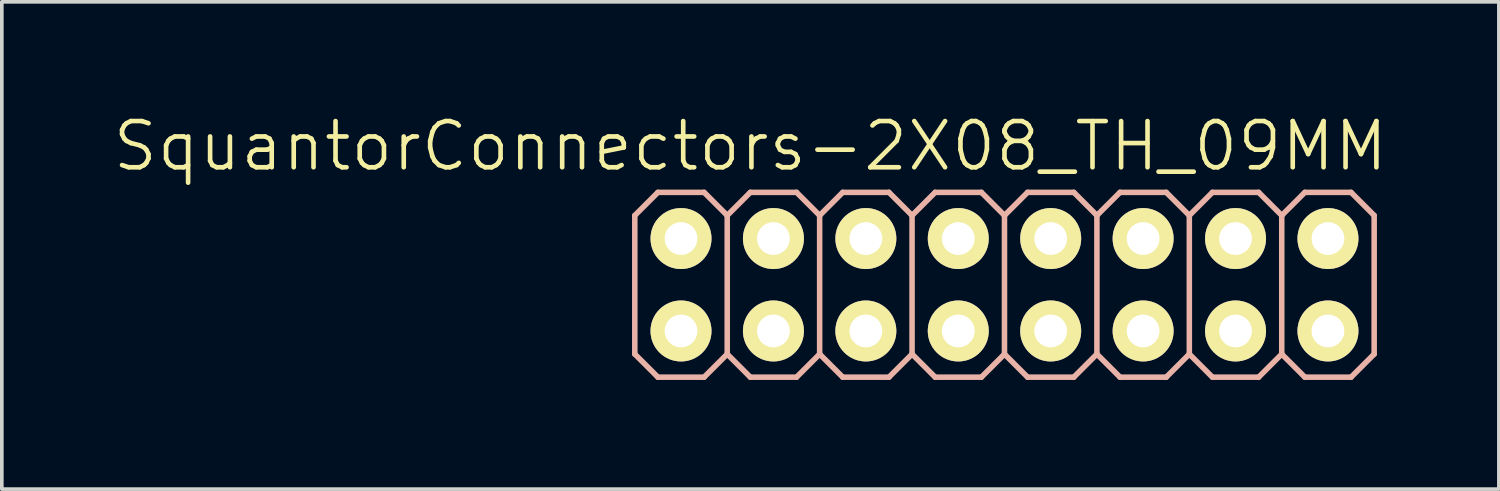
<source format=kicad_pcb>
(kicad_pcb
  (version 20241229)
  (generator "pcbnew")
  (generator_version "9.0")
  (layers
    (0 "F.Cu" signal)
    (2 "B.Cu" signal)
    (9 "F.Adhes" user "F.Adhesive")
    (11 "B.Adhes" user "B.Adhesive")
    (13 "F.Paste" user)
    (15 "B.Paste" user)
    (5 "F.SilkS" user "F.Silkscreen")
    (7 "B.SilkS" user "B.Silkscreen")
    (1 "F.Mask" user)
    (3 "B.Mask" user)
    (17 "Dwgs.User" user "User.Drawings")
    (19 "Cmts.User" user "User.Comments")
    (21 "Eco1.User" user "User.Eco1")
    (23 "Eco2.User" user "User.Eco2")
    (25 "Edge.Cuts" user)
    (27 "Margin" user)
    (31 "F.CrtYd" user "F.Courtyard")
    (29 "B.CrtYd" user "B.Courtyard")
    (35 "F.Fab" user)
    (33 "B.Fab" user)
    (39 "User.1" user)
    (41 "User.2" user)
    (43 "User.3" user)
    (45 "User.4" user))
  (footprint "SquantorConnectors-2X08_TH_09MM"
    (layer "F.Cu")
    (at 24.556 4.776)
    (property "Reference" "SquantorConnectors-2X08_TH_09MM" (at -6.985 -3.81 0) (layer "F.SilkS") (effects (font (size 1.27 1.27) (thickness 0.127))))
    (attr exclude_from_pos_files exclude_from_bom)
    (fp_line (start -9.144 -1.524) (end -8.636 -1.524) (stroke (width 0.066) (type solid)) (layer "F.SilkS"))
    (fp_line (start -9.144 -1.016) (end -9.144 -1.524) (stroke (width 0.066) (type solid)) (layer "F.SilkS"))
    (fp_line (start -9.144 -1.016) (end -8.636 -1.016) (stroke (width 0.066) (type solid)) (layer "F.SilkS"))
    (fp_line (start -9.144 1.016) (end -8.636 1.016) (stroke (width 0.066) (type solid)) (layer "F.SilkS"))
    (fp_line (start -9.144 1.524) (end -9.144 1.016) (stroke (width 0.066) (type solid)) (layer "F.SilkS"))
    (fp_line (start -9.144 1.524) (end -8.636 1.524) (stroke (width 0.066) (type solid)) (layer "F.SilkS"))
    (fp_line (start -8.636 -1.016) (end -8.636 -1.524) (stroke (width 0.066) (type solid)) (layer "F.SilkS"))
    (fp_line (start -8.636 1.524) (end -8.636 1.016) (stroke (width 0.066) (type solid)) (layer "F.SilkS"))
    (fp_line (start -6.604 -1.524) (end -6.096 -1.524) (stroke (width 0.066) (type solid)) (layer "F.SilkS"))
    (fp_line (start -6.604 -1.016) (end -6.604 -1.524) (stroke (width 0.066) (type solid)) (layer "F.SilkS"))
    (fp_line (start -6.604 -1.016) (end -6.096 -1.016) (stroke (width 0.066) (type solid)) (layer "F.SilkS"))
    (fp_line (start -6.604 1.016) (end -6.096 1.016) (stroke (width 0.066) (type solid)) (layer "F.SilkS"))
    (fp_line (start -6.604 1.524) (end -6.604 1.016) (stroke (width 0.066) (type solid)) (layer "F.SilkS"))
    (fp_line (start -6.604 1.524) (end -6.096 1.524) (stroke (width 0.066) (type solid)) (layer "F.SilkS"))
    (fp_line (start -6.096 -1.016) (end -6.096 -1.524) (stroke (width 0.066) (type solid)) (layer "F.SilkS"))
    (fp_line (start -6.096 1.524) (end -6.096 1.016) (stroke (width 0.066) (type solid)) (layer "F.SilkS"))
    (fp_line (start -4.064 -1.524) (end -3.556 -1.524) (stroke (width 0.066) (type solid)) (layer "F.SilkS"))
    (fp_line (start -4.064 -1.016) (end -4.064 -1.524) (stroke (width 0.066) (type solid)) (layer "F.SilkS"))
    (fp_line (start -4.064 -1.016) (end -3.556 -1.016) (stroke (width 0.066) (type solid)) (layer "F.SilkS"))
    (fp_line (start -4.064 1.016) (end -3.556 1.016) (stroke (width 0.066) (type solid)) (layer "F.SilkS"))
    (fp_line (start -4.064 1.524) (end -4.064 1.016) (stroke (width 0.066) (type solid)) (layer "F.SilkS"))
    (fp_line (start -4.064 1.524) (end -3.556 1.524) (stroke (width 0.066) (type solid)) (layer "F.SilkS"))
    (fp_line (start -3.556 -1.016) (end -3.556 -1.524) (stroke (width 0.066) (type solid)) (layer "F.SilkS"))
    (fp_line (start -3.556 1.524) (end -3.556 1.016) (stroke (width 0.066) (type solid)) (layer "F.SilkS"))
    (fp_line (start -1.524 -1.524) (end -1.016 -1.524) (stroke (width 0.066) (type solid)) (layer "F.SilkS"))
    (fp_line (start -1.524 -1.016) (end -1.524 -1.524) (stroke (width 0.066) (type solid)) (layer "F.SilkS"))
    (fp_line (start -1.524 -1.016) (end -1.016 -1.016) (stroke (width 0.066) (type solid)) (layer "F.SilkS"))
    (fp_line (start -1.524 1.016) (end -1.016 1.016) (stroke (width 0.066) (type solid)) (layer "F.SilkS"))
    (fp_line (start -1.524 1.524) (end -1.524 1.016) (stroke (width 0.066) (type solid)) (layer "F.SilkS"))
    (fp_line (start -1.524 1.524) (end -1.016 1.524) (stroke (width 0.066) (type solid)) (layer "F.SilkS"))
    (fp_line (start -1.016 -1.016) (end -1.016 -1.524) (stroke (width 0.066) (type solid)) (layer "F.SilkS"))
    (fp_line (start -1.016 1.524) (end -1.016 1.016) (stroke (width 0.066) (type solid)) (layer "F.SilkS"))
    (fp_line (start 1.016 -1.524) (end 1.524 -1.524) (stroke (width 0.066) (type solid)) (layer "F.SilkS"))
    (fp_line (start 1.016 -1.016) (end 1.016 -1.524) (stroke (width 0.066) (type solid)) (layer "F.SilkS"))
    (fp_line (start 1.016 -1.016) (end 1.524 -1.016) (stroke (width 0.066) (type solid)) (layer "F.SilkS"))
    (fp_line (start 1.016 1.016) (end 1.524 1.016) (stroke (width 0.066) (type solid)) (layer "F.SilkS"))
    (fp_line (start 1.016 1.524) (end 1.016 1.016) (stroke (width 0.066) (type solid)) (layer "F.SilkS"))
    (fp_line (start 1.016 1.524) (end 1.524 1.524) (stroke (width 0.066) (type solid)) (layer "F.SilkS"))
    (fp_line (start 1.524 -1.016) (end 1.524 -1.524) (stroke (width 0.066) (type solid)) (layer "F.SilkS"))
    (fp_line (start 1.524 1.524) (end 1.524 1.016) (stroke (width 0.066) (type solid)) (layer "F.SilkS"))
    (fp_line (start 3.556 -1.524) (end 4.064 -1.524) (stroke (width 0.066) (type solid)) (layer "F.SilkS"))
    (fp_line (start 3.556 -1.016) (end 3.556 -1.524) (stroke (width 0.066) (type solid)) (layer "F.SilkS"))
    (fp_line (start 3.556 -1.016) (end 4.064 -1.016) (stroke (width 0.066) (type solid)) (layer "F.SilkS"))
    (fp_line (start 3.556 1.016) (end 4.064 1.016) (stroke (width 0.066) (type solid)) (layer "F.SilkS"))
    (fp_line (start 3.556 1.524) (end 3.556 1.016) (stroke (width 0.066) (type solid)) (layer "F.SilkS"))
    (fp_line (start 3.556 1.524) (end 4.064 1.524) (stroke (width 0.066) (type solid)) (layer "F.SilkS"))
    (fp_line (start 4.064 -1.016) (end 4.064 -1.524) (stroke (width 0.066) (type solid)) (layer "F.SilkS"))
    (fp_line (start 4.064 1.524) (end 4.064 1.016) (stroke (width 0.066) (type solid)) (layer "F.SilkS"))
    (fp_line (start 6.096 -1.524) (end 6.604 -1.524) (stroke (width 0.066) (type solid)) (layer "F.SilkS"))
    (fp_line (start 6.096 -1.016) (end 6.096 -1.524) (stroke (width 0.066) (type solid)) (layer "F.SilkS"))
    (fp_line (start 6.096 -1.016) (end 6.604 -1.016) (stroke (width 0.066) (type solid)) (layer "F.SilkS"))
    (fp_line (start 6.096 1.016) (end 6.604 1.016) (stroke (width 0.066) (type solid)) (layer "F.SilkS"))
    (fp_line (start 6.096 1.524) (end 6.096 1.016) (stroke (width 0.066) (type solid)) (layer "F.SilkS"))
    (fp_line (start 6.096 1.524) (end 6.604 1.524) (stroke (width 0.066) (type solid)) (layer "F.SilkS"))
    (fp_line (start 6.604 -1.016) (end 6.604 -1.524) (stroke (width 0.066) (type solid)) (layer "F.SilkS"))
    (fp_line (start 6.604 1.524) (end 6.604 1.016) (stroke (width 0.066) (type solid)) (layer "F.SilkS"))
    (fp_line (start 8.636 -1.524) (end 9.144 -1.524) (stroke (width 0.066) (type solid)) (layer "F.SilkS"))
    (fp_line (start 8.636 -1.016) (end 8.636 -1.524) (stroke (width 0.066) (type solid)) (layer "F.SilkS"))
    (fp_line (start 8.636 -1.016) (end 9.144 -1.016) (stroke (width 0.066) (type solid)) (layer "F.SilkS"))
    (fp_line (start 8.636 1.016) (end 9.144 1.016) (stroke (width 0.066) (type solid)) (layer "F.SilkS"))
    (fp_line (start 8.636 1.524) (end 8.636 1.016) (stroke (width 0.066) (type solid)) (layer "F.SilkS"))
    (fp_line (start 8.636 1.524) (end 9.144 1.524) (stroke (width 0.066) (type solid)) (layer "F.SilkS"))
    (fp_line (start 9.144 -1.016) (end 9.144 -1.524) (stroke (width 0.066) (type solid)) (layer "F.SilkS"))
    (fp_line (start 9.144 1.524) (end 9.144 1.016) (stroke (width 0.066) (type solid)) (layer "F.SilkS"))
    (fp_line (start -10.16 -1.905) (end -9.525 -2.54) (stroke (width 0.152) (type solid)) (layer "B.SilkS"))
    (fp_line (start -10.16 1.905) (end -10.16 -1.905) (stroke (width 0.152) (type solid)) (layer "B.SilkS"))
    (fp_line (start -10.16 1.905) (end -9.525 2.54) (stroke (width 0.152) (type solid)) (layer "B.SilkS"))
    (fp_line (start -9.525 -2.54) (end -8.255 -2.54) (stroke (width 0.152) (type solid)) (layer "B.SilkS"))
    (fp_line (start -9.525 2.54) (end -8.255 2.54) (stroke (width 0.152) (type solid)) (layer "B.SilkS"))
    (fp_line (start -8.255 -2.54) (end -7.62 -1.905) (stroke (width 0.152) (type solid)) (layer "B.SilkS"))
    (fp_line (start -8.255 2.54) (end -7.62 1.905) (stroke (width 0.152) (type solid)) (layer "B.SilkS"))
    (fp_line (start -7.62 -1.905) (end -7.62 1.905) (stroke (width 0.152) (type solid)) (layer "B.SilkS"))
    (fp_line (start -7.62 -1.905) (end -6.985 -2.54) (stroke (width 0.152) (type solid)) (layer "B.SilkS"))
    (fp_line (start -7.62 1.905) (end -6.985 2.54) (stroke (width 0.152) (type solid)) (layer "B.SilkS"))
    (fp_line (start -6.985 -2.54) (end -5.715 -2.54) (stroke (width 0.152) (type solid)) (layer "B.SilkS"))
    (fp_line (start -6.985 2.54) (end -5.715 2.54) (stroke (width 0.152) (type solid)) (layer "B.SilkS"))
    (fp_line (start -5.715 -2.54) (end -5.08 -1.905) (stroke (width 0.152) (type solid)) (layer "B.SilkS"))
    (fp_line (start -5.715 2.54) (end -5.08 1.905) (stroke (width 0.152) (type solid)) (layer "B.SilkS"))
    (fp_line (start -5.08 -1.905) (end -5.08 1.905) (stroke (width 0.152) (type solid)) (layer "B.SilkS"))
    (fp_line (start -5.08 -1.905) (end -4.445 -2.54) (stroke (width 0.152) (type solid)) (layer "B.SilkS"))
    (fp_line (start -5.08 1.905) (end -4.445 2.54) (stroke (width 0.152) (type solid)) (layer "B.SilkS"))
    (fp_line (start -4.445 -2.54) (end -3.175 -2.54) (stroke (width 0.152) (type solid)) (layer "B.SilkS"))
    (fp_line (start -4.445 2.54) (end -3.175 2.54) (stroke (width 0.152) (type solid)) (layer "B.SilkS"))
    (fp_line (start -3.175 -2.54) (end -2.54 -1.905) (stroke (width 0.152) (type solid)) (layer "B.SilkS"))
    (fp_line (start -3.175 2.54) (end -2.54 1.905) (stroke (width 0.152) (type solid)) (layer "B.SilkS"))
    (fp_line (start -2.54 -1.905) (end -2.54 1.905) (stroke (width 0.152) (type solid)) (layer "B.SilkS"))
    (fp_line (start -2.54 -1.905) (end -1.905 -2.54) (stroke (width 0.152) (type solid)) (layer "B.SilkS"))
    (fp_line (start -2.54 1.905) (end -1.905 2.54) (stroke (width 0.152) (type solid)) (layer "B.SilkS"))
    (fp_line (start -1.905 -2.54) (end -0.635 -2.54) (stroke (width 0.152) (type solid)) (layer "B.SilkS"))
    (fp_line (start -1.905 2.54) (end -0.635 2.54) (stroke (width 0.152) (type solid)) (layer "B.SilkS"))
    (fp_line (start -0.635 -2.54) (end 0 -1.905) (stroke (width 0.152) (type solid)) (layer "B.SilkS"))
    (fp_line (start -0.635 2.54) (end 0 1.905) (stroke (width 0.152) (type solid)) (layer "B.SilkS"))
    (fp_line (start 0 -1.905) (end 0 1.905) (stroke (width 0.152) (type solid)) (layer "B.SilkS"))
    (fp_line (start 0 -1.905) (end 0.635 -2.54) (stroke (width 0.152) (type solid)) (layer "B.SilkS"))
    (fp_line (start 0 1.905) (end 0.635 2.54) (stroke (width 0.152) (type solid)) (layer "B.SilkS"))
    (fp_line (start 0.635 -2.54) (end 1.905 -2.54) (stroke (width 0.152) (type solid)) (layer "B.SilkS"))
    (fp_line (start 0.635 2.54) (end 1.905 2.54) (stroke (width 0.152) (type solid)) (layer "B.SilkS"))
    (fp_line (start 1.905 -2.54) (end 2.54 -1.905) (stroke (width 0.152) (type solid)) (layer "B.SilkS"))
    (fp_line (start 1.905 2.54) (end 2.54 1.905) (stroke (width 0.152) (type solid)) (layer "B.SilkS"))
    (fp_line (start 2.54 -1.905) (end 2.54 1.905) (stroke (width 0.152) (type solid)) (layer "B.SilkS"))
    (fp_line (start 2.54 -1.905) (end 3.175 -2.54) (stroke (width 0.152) (type solid)) (layer "B.SilkS"))
    (fp_line (start 2.54 1.905) (end 3.175 2.54) (stroke (width 0.152) (type solid)) (layer "B.SilkS"))
    (fp_line (start 3.175 -2.54) (end 4.445 -2.54) (stroke (width 0.152) (type solid)) (layer "B.SilkS"))
    (fp_line (start 3.175 2.54) (end 4.445 2.54) (stroke (width 0.152) (type solid)) (layer "B.SilkS"))
    (fp_line (start 4.445 -2.54) (end 5.08 -1.905) (stroke (width 0.152) (type solid)) (layer "B.SilkS"))
    (fp_line (start 4.445 2.54) (end 5.08 1.905) (stroke (width 0.152) (type solid)) (layer "B.SilkS"))
    (fp_line (start 5.08 -1.905) (end 5.08 1.905) (stroke (width 0.152) (type solid)) (layer "B.SilkS"))
    (fp_line (start 5.08 -1.905) (end 5.715 -2.54) (stroke (width 0.152) (type solid)) (layer "B.SilkS"))
    (fp_line (start 5.08 1.905) (end 5.715 2.54) (stroke (width 0.152) (type solid)) (layer "B.SilkS"))
    (fp_line (start 5.715 -2.54) (end 6.985 -2.54) (stroke (width 0.152) (type solid)) (layer "B.SilkS"))
    (fp_line (start 5.715 2.54) (end 6.985 2.54) (stroke (width 0.152) (type solid)) (layer "B.SilkS"))
    (fp_line (start 6.985 -2.54) (end 7.62 -1.905) (stroke (width 0.152) (type solid)) (layer "B.SilkS"))
    (fp_line (start 7.62 -1.905) (end 7.62 1.905) (stroke (width 0.152) (type solid)) (layer "B.SilkS"))
    (fp_line (start 7.62 -1.905) (end 8.255 -2.54) (stroke (width 0.152) (type solid)) (layer "B.SilkS"))
    (fp_line (start 7.62 1.905) (end 6.985 2.54) (stroke (width 0.152) (type solid)) (layer "B.SilkS"))
    (fp_line (start 7.62 1.905) (end 8.255 2.54) (stroke (width 0.152) (type solid)) (layer "B.SilkS"))
    (fp_line (start 8.255 -2.54) (end 9.525 -2.54) (stroke (width 0.152) (type solid)) (layer "B.SilkS"))
    (fp_line (start 8.255 2.54) (end 9.525 2.54) (stroke (width 0.152) (type solid)) (layer "B.SilkS"))
    (fp_line (start 9.525 -2.54) (end 10.16 -1.905) (stroke (width 0.152) (type solid)) (layer "B.SilkS"))
    (fp_line (start 10.16 -1.905) (end 10.16 1.905) (stroke (width 0.152) (type solid)) (layer "B.SilkS"))
    (fp_line (start 10.16 1.905) (end 9.525 2.54) (stroke (width 0.152) (type solid)) (layer "B.SilkS"))
    (pad "1" thru_hole circle (at -8.89 1.27) (size 1.676 1.676) (drill 0.899) (layers "*.Cu" "F.Mask" "F.SilkS" "F.Paste"))
    (pad "2" thru_hole circle (at -8.89 -1.27) (size 1.676 1.676) (drill 0.899) (layers "*.Cu" "F.Mask" "F.SilkS" "F.Paste"))
    (pad "3" thru_hole circle (at -6.35 1.27) (size 1.676 1.676) (drill 0.899) (layers "*.Cu" "F.Mask" "F.SilkS" "F.Paste"))
    (pad "4" thru_hole circle (at -6.35 -1.27) (size 1.676 1.676) (drill 0.899) (layers "*.Cu" "F.Mask" "F.SilkS" "F.Paste"))
    (pad "5" thru_hole circle (at -3.81 1.27) (size 1.676 1.676) (drill 0.899) (layers "*.Cu" "F.Mask" "F.SilkS" "F.Paste"))
    (pad "6" thru_hole circle (at -3.81 -1.27) (size 1.676 1.676) (drill 0.899) (layers "*.Cu" "F.Mask" "F.SilkS" "F.Paste"))
    (pad "7" thru_hole circle (at -1.27 1.27) (size 1.676 1.676) (drill 0.899) (layers "*.Cu" "F.Mask" "F.SilkS" "F.Paste"))
    (pad "8" thru_hole circle (at -1.27 -1.27) (size 1.676 1.676) (drill 0.899) (layers "*.Cu" "F.Mask" "F.SilkS" "F.Paste"))
    (pad "9" thru_hole circle (at 1.27 1.27) (size 1.676 1.676) (drill 0.899) (layers "*.Cu" "F.Mask" "F.SilkS" "F.Paste"))
    (pad "10" thru_hole circle (at 1.27 -1.27) (size 1.676 1.676) (drill 0.899) (layers "*.Cu" "F.Mask" "F.SilkS" "F.Paste"))
    (pad "11" thru_hole circle (at 3.81 1.27) (size 1.676 1.676) (drill 0.899) (layers "*.Cu" "F.Mask" "F.SilkS" "F.Paste"))
    (pad "12" thru_hole circle (at 3.81 -1.27) (size 1.676 1.676) (drill 0.899) (layers "*.Cu" "F.Mask" "F.SilkS" "F.Paste"))
    (pad "13" thru_hole circle (at 6.35 1.27) (size 1.676 1.676) (drill 0.899) (layers "*.Cu" "F.Mask" "F.SilkS" "F.Paste"))
    (pad "14" thru_hole circle (at 6.35 -1.27) (size 1.676 1.676) (drill 0.899) (layers "*.Cu" "F.Mask" "F.SilkS" "F.Paste"))
    (pad "15" thru_hole circle (at 8.89 1.27) (size 1.676 1.676) (drill 0.899) (layers "*.Cu" "F.Mask" "F.SilkS" "F.Paste"))
    (pad "16" thru_hole circle (at 8.89 -1.27) (size 1.676 1.676) (drill 0.899) (layers "*.Cu" "F.Mask" "F.SilkS" "F.Paste")))
  (gr_rect
    (start -3 -3)
    (end 38.143 10.392)
    (stroke (width 0.1) (type default))
    (fill no)
    (layer "Edge.Cuts")))
</source>
